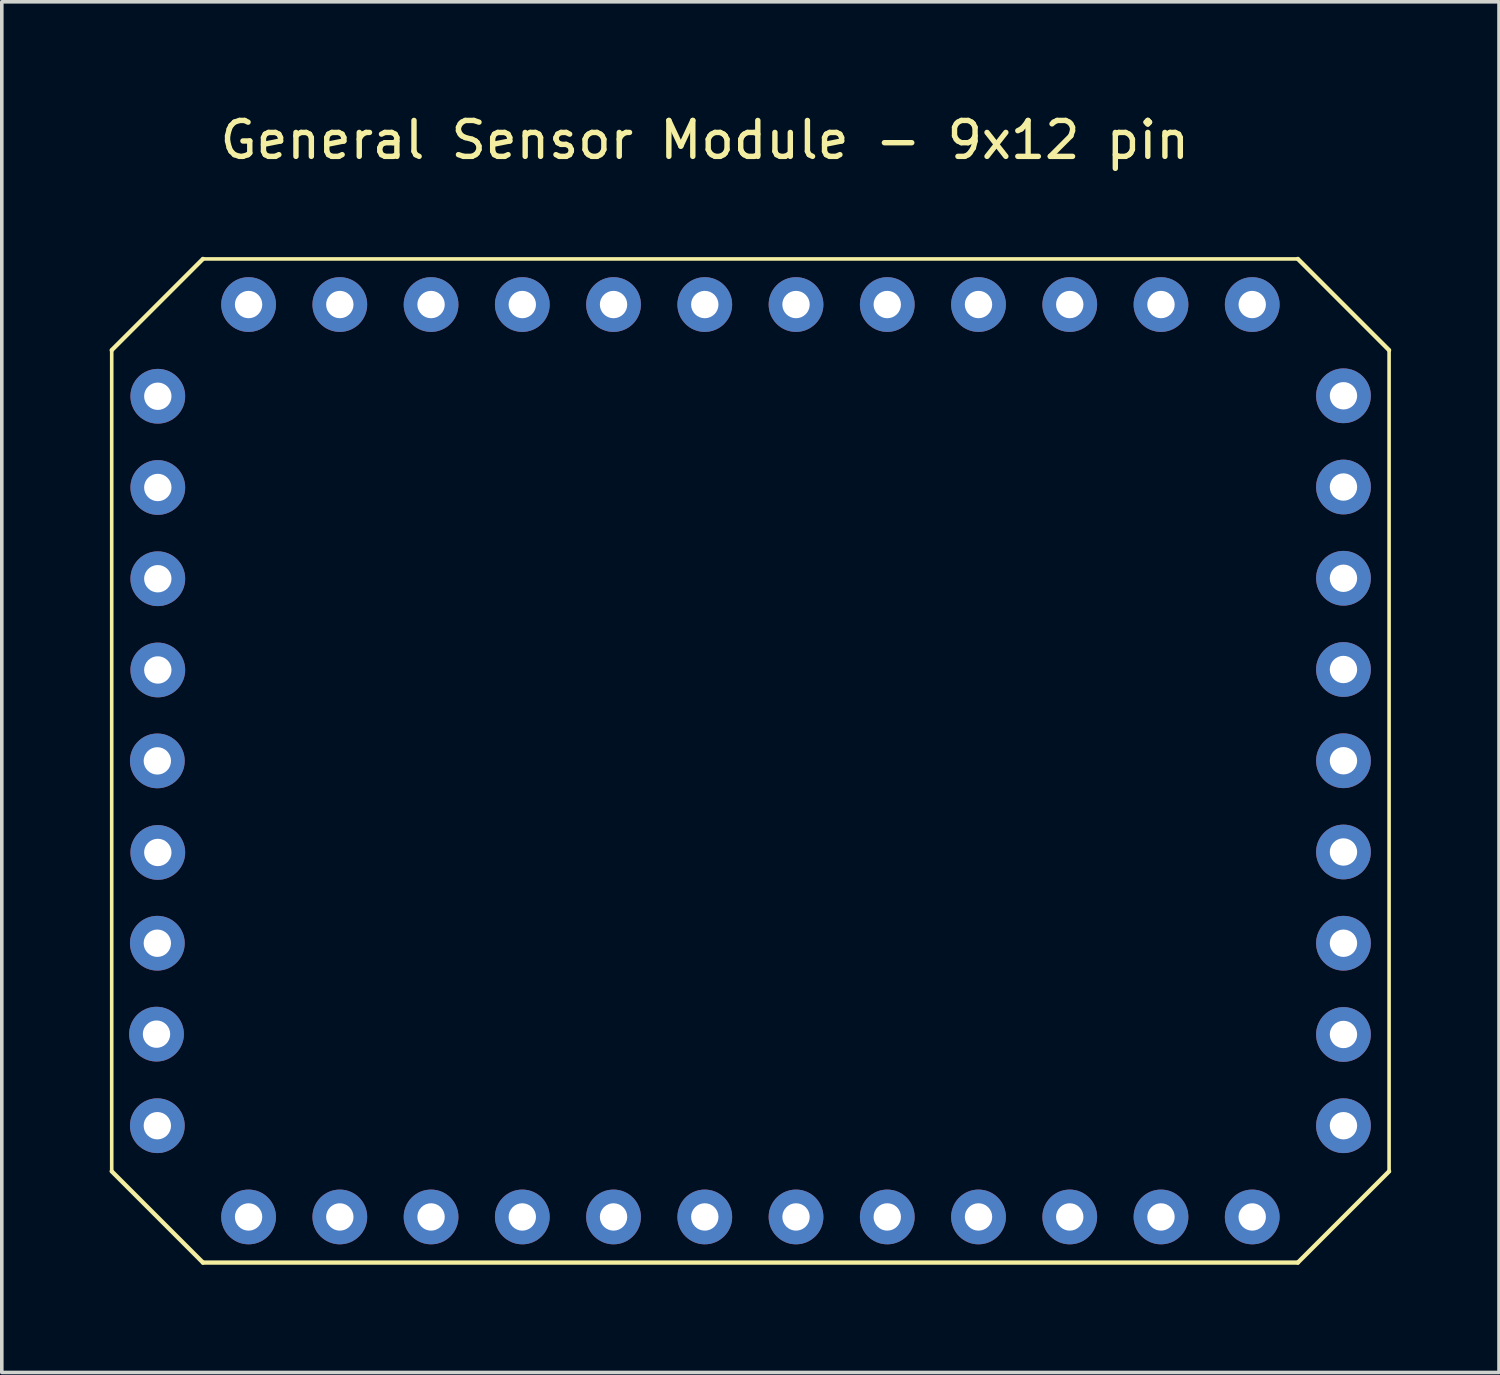
<source format=kicad_pcb>
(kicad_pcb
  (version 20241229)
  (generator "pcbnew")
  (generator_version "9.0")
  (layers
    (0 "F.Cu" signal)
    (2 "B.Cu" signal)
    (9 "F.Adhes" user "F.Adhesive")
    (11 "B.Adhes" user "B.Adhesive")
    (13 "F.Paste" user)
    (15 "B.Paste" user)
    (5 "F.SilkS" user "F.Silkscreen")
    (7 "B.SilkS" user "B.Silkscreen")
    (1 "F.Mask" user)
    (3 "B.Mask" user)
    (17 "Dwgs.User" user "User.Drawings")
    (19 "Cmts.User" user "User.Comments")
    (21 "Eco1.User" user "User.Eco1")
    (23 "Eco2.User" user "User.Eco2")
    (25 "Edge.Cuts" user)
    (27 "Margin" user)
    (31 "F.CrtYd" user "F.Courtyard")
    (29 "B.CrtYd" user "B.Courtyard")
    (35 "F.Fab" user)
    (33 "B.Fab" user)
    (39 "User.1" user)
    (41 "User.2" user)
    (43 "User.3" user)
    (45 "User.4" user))
  (footprint "General Sensor Module - 9x12 pin"
    (layer "F.Cu")
    (at 16.57 18.128)
    (property "Reference" "General Sensor Module - 9x12 pin" (at 0 -17.28 0) (layer "F.SilkS") (effects (font (size 1 1) (thickness 0.15))))
    (attr through_hole)
    (fp_line (start -16.51 -11.43) (end -16.51 11.43) (stroke (width 0.1) (type solid)) (layer "F.SilkS"))
    (fp_line (start -16.51 11.43) (end -13.97 13.97) (stroke (width 0.12) (type solid)) (layer "F.SilkS"))
    (fp_line (start -13.97 -13.97) (end -16.51 -11.43) (stroke (width 0.12) (type solid)) (layer "F.SilkS"))
    (fp_line (start -13.97 13.97) (end 16.51 13.97) (stroke (width 0.12) (type solid)) (layer "F.SilkS"))
    (fp_line (start 16.51 -13.97) (end -13.97 -13.97) (stroke (width 0.1) (type solid)) (layer "F.SilkS"))
    (fp_line (start 16.51 -13.97) (end 19.05 -11.43) (stroke (width 0.12) (type solid)) (layer "F.SilkS"))
    (fp_line (start 19.05 -11.43) (end 19.05 11.43) (stroke (width 0.1) (type solid)) (layer "F.SilkS"))
    (fp_line (start 19.05 11.43) (end 16.51 13.97) (stroke (width 0.12) (type solid)) (layer "F.SilkS"))
    (pad "1" thru_hole circle (at -12.7 12.7) (size 1.524 1.524) (drill 0.762) (layers "*.Cu" "*.Mask"))
    (pad "2" thru_hole circle (at -10.16 12.7) (size 1.524 1.524) (drill 0.762) (layers "*.Cu" "*.Mask"))
    (pad "3" thru_hole circle (at -7.62 12.7) (size 1.524 1.524) (drill 0.762) (layers "*.Cu" "*.Mask"))
    (pad "4" thru_hole circle (at -5.08 12.7) (size 1.524 1.524) (drill 0.762) (layers "*.Cu" "*.Mask"))
    (pad "5" thru_hole circle (at -2.54 12.7) (size 1.524 1.524) (drill 0.762) (layers "*.Cu" "*.Mask"))
    (pad "6" thru_hole circle (at 0 12.7) (size 1.524 1.524) (drill 0.762) (layers "*.Cu" "*.Mask"))
    (pad "7" thru_hole circle (at 2.54 12.7) (size 1.524 1.524) (drill 0.762) (layers "*.Cu" "*.Mask"))
    (pad "8" thru_hole circle (at 5.08 12.7) (size 1.524 1.524) (drill 0.762) (layers "*.Cu" "*.Mask"))
    (pad "9" thru_hole circle (at 7.62 12.7) (size 1.524 1.524) (drill 0.762) (layers "*.Cu" "*.Mask"))
    (pad "10" thru_hole circle (at 10.16 12.7) (size 1.524 1.524) (drill 0.762) (layers "*.Cu" "*.Mask"))
    (pad "11" thru_hole circle (at 12.7 12.7) (size 1.524 1.524) (drill 0.762) (layers "*.Cu" "*.Mask"))
    (pad "12" thru_hole circle (at 15.24 12.7) (size 1.524 1.524) (drill 0.762) (layers "*.Cu" "*.Mask"))
    (pad "13" thru_hole circle (at 17.78 10.16) (size 1.524 1.524) (drill 0.762) (layers "*.Cu" "*.Mask"))
    (pad "14" thru_hole circle (at 17.78 7.62) (size 1.524 1.524) (drill 0.762) (layers "*.Cu" "*.Mask"))
    (pad "15" thru_hole circle (at 17.78 5.08) (size 1.524 1.524) (drill 0.762) (layers "*.Cu" "*.Mask"))
    (pad "16" thru_hole circle (at 17.78 2.54) (size 1.524 1.524) (drill 0.762) (layers "*.Cu" "*.Mask"))
    (pad "17" thru_hole circle (at 17.78 0) (size 1.524 1.524) (drill 0.762) (layers "*.Cu" "*.Mask"))
    (pad "18" thru_hole circle (at 17.78 -2.54) (size 1.524 1.524) (drill 0.762) (layers "*.Cu" "*.Mask"))
    (pad "19" thru_hole circle (at 17.78 -5.08) (size 1.524 1.524) (drill 0.762) (layers "*.Cu" "*.Mask"))
    (pad "20" thru_hole circle (at 17.78 -7.62) (size 1.524 1.524) (drill 0.762) (layers "*.Cu" "*.Mask"))
    (pad "21" thru_hole circle (at 17.78 -10.16) (size 1.524 1.524) (drill 0.762) (layers "*.Cu" "*.Mask"))
    (pad "22" thru_hole circle (at 15.24 -12.7) (size 1.524 1.524) (drill 0.762) (layers "*.Cu" "*.Mask"))
    (pad "23" thru_hole circle (at 12.7 -12.7) (size 1.524 1.524) (drill 0.762) (layers "*.Cu" "*.Mask"))
    (pad "24" thru_hole circle (at 10.16 -12.7) (size 1.524 1.524) (drill 0.762) (layers "*.Cu" "*.Mask"))
    (pad "25" thru_hole circle (at 7.62 -12.7) (size 1.524 1.524) (drill 0.762) (layers "*.Cu" "*.Mask"))
    (pad "26" thru_hole circle (at 5.08 -12.7) (size 1.524 1.524) (drill 0.762) (layers "*.Cu" "*.Mask"))
    (pad "27" thru_hole circle (at 2.54 -12.7) (size 1.524 1.524) (drill 0.762) (layers "*.Cu" "*.Mask"))
    (pad "28" thru_hole circle (at 0 -12.7) (size 1.524 1.524) (drill 0.762) (layers "*.Cu" "*.Mask"))
    (pad "29" thru_hole circle (at -2.54 -12.7) (size 1.524 1.524) (drill 0.762) (layers "*.Cu" "*.Mask"))
    (pad "30" thru_hole circle (at -5.08 -12.7) (size 1.524 1.524) (drill 0.762) (layers "*.Cu" "*.Mask"))
    (pad "31" thru_hole circle (at -7.62 -12.7) (size 1.524 1.524) (drill 0.762) (layers "*.Cu" "*.Mask"))
    (pad "32" thru_hole circle (at -10.16 -12.7) (size 1.524 1.524) (drill 0.762) (layers "*.Cu" "*.Mask"))
    (pad "33" thru_hole circle (at -12.7 -12.7) (size 1.524 1.524) (drill 0.762) (layers "*.Cu" "*.Mask"))
    (pad "34" thru_hole circle (at -15.227 -10.147) (size 1.524 1.524) (drill 0.762) (layers "*.Cu" "*.Mask"))
    (pad "35" thru_hole circle (at -15.227 -7.607) (size 1.524 1.524) (drill 0.762) (layers "*.Cu" "*.Mask"))
    (pad "36" thru_hole circle (at -15.227 -5.067) (size 1.524 1.524) (drill 0.762) (layers "*.Cu" "*.Mask"))
    (pad "37" thru_hole circle (at -15.227 -2.527) (size 1.524 1.524) (drill 0.762) (layers "*.Cu" "*.Mask"))
    (pad "38" thru_hole circle (at -15.24 0.004) (size 1.524 1.524) (drill 0.762) (layers "*.Cu" "*.Mask"))
    (pad "39" thru_hole circle (at -15.227 2.553) (size 1.524 1.524) (drill 0.762) (layers "*.Cu" "*.Mask"))
    (pad "40" thru_hole circle (at -15.24 5.08) (size 1.524 1.524) (drill 0.762) (layers "*.Cu" "*.Mask"))
    (pad "41" thru_hole circle (at -15.263 7.611) (size 1.524 1.524) (drill 0.762) (layers "*.Cu" "*.Mask"))
    (pad "42" thru_hole circle (at -15.24 10.16) (size 1.524 1.524) (drill 0.762) (layers "*.Cu" "*.Mask")))
  (gr_rect
    (start -3 -3)
    (end 38.68 35.158)
    (stroke (width 0.1) (type default))
    (fill no)
    (layer "Edge.Cuts")))
</source>
